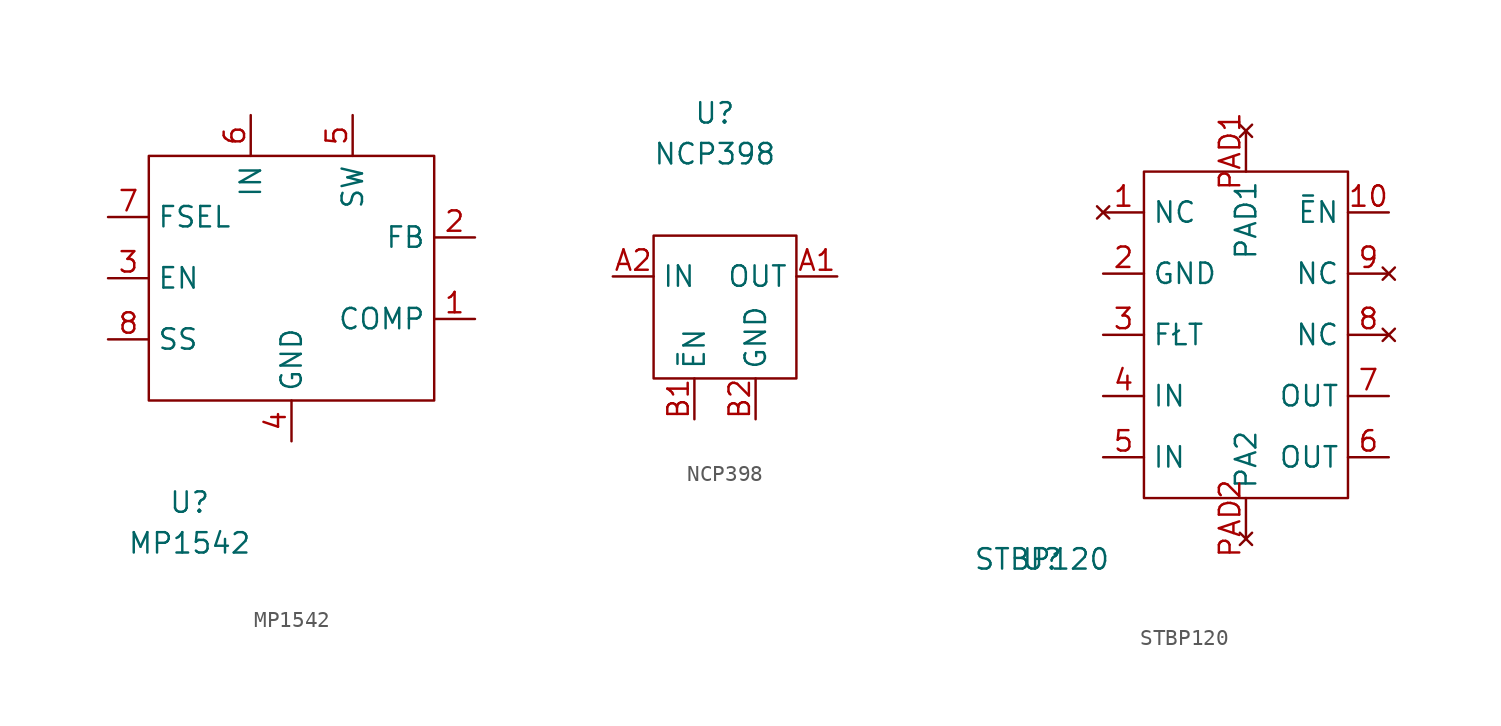
<source format=kicad_sym>
(kicad_symbol_lib
  (version 20211014)
  (generator kicad_symbol_editor)
  (symbol "MP1542"
    (property "Reference" "U"
      (at 0 -12.7 0)
      (effects (font (size 1.27 1.27))))
    (property "Value" "MP1542"
      (at 0 -15.24 0)
      (effects (font (size 1.27 1.27))))
    (symbol "MP1542_0_1"
      (rectangle (start -2.54 8.89) (end 15.24 -6.35) (stroke (width 0.152) (type default) (color 0 0 0 0)) (fill (type none))))
    (symbol "MP1542_1_1"
      (pin input line (at 17.78 -1.27 180) (length 2.54) (name "COMP" (effects (font (size 1.27 1.27)))) (number "1" (effects (font (size 1.27 1.27)))))
      (pin input line (at 17.78 3.81 180) (length 2.54) (name "FB" (effects (font (size 1.27 1.27)))) (number "2" (effects (font (size 1.27 1.27)))))
      (pin input line (at -5.08 1.27 0) (length 2.54) (name "EN" (effects (font (size 1.27 1.27)))) (number "3" (effects (font (size 1.27 1.27)))))
      (pin unspecified line (at 6.35 -8.89 90) (length 2.54) (name "GND" (effects (font (size 1.27 1.27)))) (number "4" (effects (font (size 1.27 1.27)))))
      (pin power_out line (at 10.16 11.43 270) (length 2.54) (name "SW" (effects (font (size 1.27 1.27)))) (number "5" (effects (font (size 1.27 1.27)))))
      (pin power_in line (at 3.81 11.43 270) (length 2.54) (name "IN" (effects (font (size 1.27 1.27)))) (number "6" (effects (font (size 1.27 1.27)))))
      (pin input line (at -5.08 5.08 0) (length 2.54) (name "FSEL" (effects (font (size 1.27 1.27)))) (number "7" (effects (font (size 1.27 1.27)))))
      (pin input line (at -5.08 -2.54 0) (length 2.54) (name "SS" (effects (font (size 1.27 1.27)))) (number "8" (effects (font (size 1.27 1.27)))))))
  (symbol "NCP398"
    (property "Reference" "U"
      (at 0 12.7 0)
      (effects (font (size 1.27 1.27))))
    (property "Value" "NCP398"
      (at 0 10.16 0)
      (effects (font (size 1.27 1.27))))
    (symbol "NCP398_0_1"
      (rectangle (start -3.81 5.08) (end 5.08 -3.81) (stroke (width 0.152) (type default) (color 0 0 0 0)) (fill (type none))))
    (symbol "NCP398_1_1"
      (pin power_out line (at 7.62 2.54 180) (length 2.54) (name "OUT" (effects (font (size 1.27 1.27)))) (number "A1" (effects (font (size 1.27 1.27)))))
      (pin power_in line (at -6.35 2.54 0) (length 2.54) (name "IN" (effects (font (size 1.27 1.27)))) (number "A2" (effects (font (size 1.27 1.27)))))
      (pin input line (at -1.27 -6.35 90) (length 2.54) (name "ĒN" (effects (font (size 1.27 1.27)))) (number "B1" (effects (font (size 1.27 1.27)))))
      (pin unspecified line (at 2.54 -6.35 90) (length 2.54) (name "GND" (effects (font (size 1.27 1.27)))) (number "B2" (effects (font (size 1.27 1.27)))))))
  (symbol "STBP120"
    (property "Reference" "U"
      (at -13.97 -15.24 0)
      (effects (font (size 1.27 1.27))))
    (property "Value" "STBP120"
      (at -13.97 -15.24 0)
      (effects (font (size 1.27 1.27))))
    (symbol "STBP120_0_1"
      (rectangle (start -7.62 8.89) (end 5.08 -11.43) (stroke (width 0.152) (type default) (color 0 0 0 0)) (fill (type none))))
    (symbol "STBP120_1_1"
      (pin no_connect line (at -10.16 6.35 0) (length 2.54) (name "NC" (effects (font (size 1.27 1.27)))) (number "1" (effects (font (size 1.27 1.27)))))
      (pin input line (at 7.62 6.35 180) (length 2.54) (name "ĒN" (effects (font (size 1.27 1.27)))) (number "10" (effects (font (size 1.27 1.27)))))
      (pin input line (at -10.16 2.54 0) (length 2.54) (name "GND" (effects (font (size 1.27 1.27)))) (number "2" (effects (font (size 1.27 1.27)))))
      (pin input line (at -10.16 -1.27 0) (length 2.54) (name "FŁT" (effects (font (size 1.27 1.27)))) (number "3" (effects (font (size 1.27 1.27)))))
      (pin power_in line (at -10.16 -5.08 0) (length 2.54) (name "IN" (effects (font (size 1.27 1.27)))) (number "4" (effects (font (size 1.27 1.27)))))
      (pin power_in line (at -10.16 -8.89 0) (length 2.54) (name "IN" (effects (font (size 1.27 1.27)))) (number "5" (effects (font (size 1.27 1.27)))))
      (pin power_out line (at 7.62 -8.89 180) (length 2.54) (name "OUT" (effects (font (size 1.27 1.27)))) (number "6" (effects (font (size 1.27 1.27)))))
      (pin power_out line (at 7.62 -5.08 180) (length 2.54) (name "OUT" (effects (font (size 1.27 1.27)))) (number "7" (effects (font (size 1.27 1.27)))))
      (pin no_connect line (at 7.62 -1.27 180) (length 2.54) (name "NC" (effects (font (size 1.27 1.27)))) (number "8" (effects (font (size 1.27 1.27)))))
      (pin no_connect line (at 7.62 2.54 180) (length 2.54) (name "NC" (effects (font (size 1.27 1.27)))) (number "9" (effects (font (size 1.27 1.27)))))
      (pin no_connect line (at -1.27 11.43 270) (length 2.54) (name "PAD1" (effects (font (size 1.27 1.27)))) (number "PAD1" (effects (font (size 1.27 1.27)))))
      (pin no_connect line (at -1.27 -13.97 90) (length 2.54) (name "PA2" (effects (font (size 1.27 1.27)))) (number "PAD2" (effects (font (size 1.27 1.27))))))))
</source>
